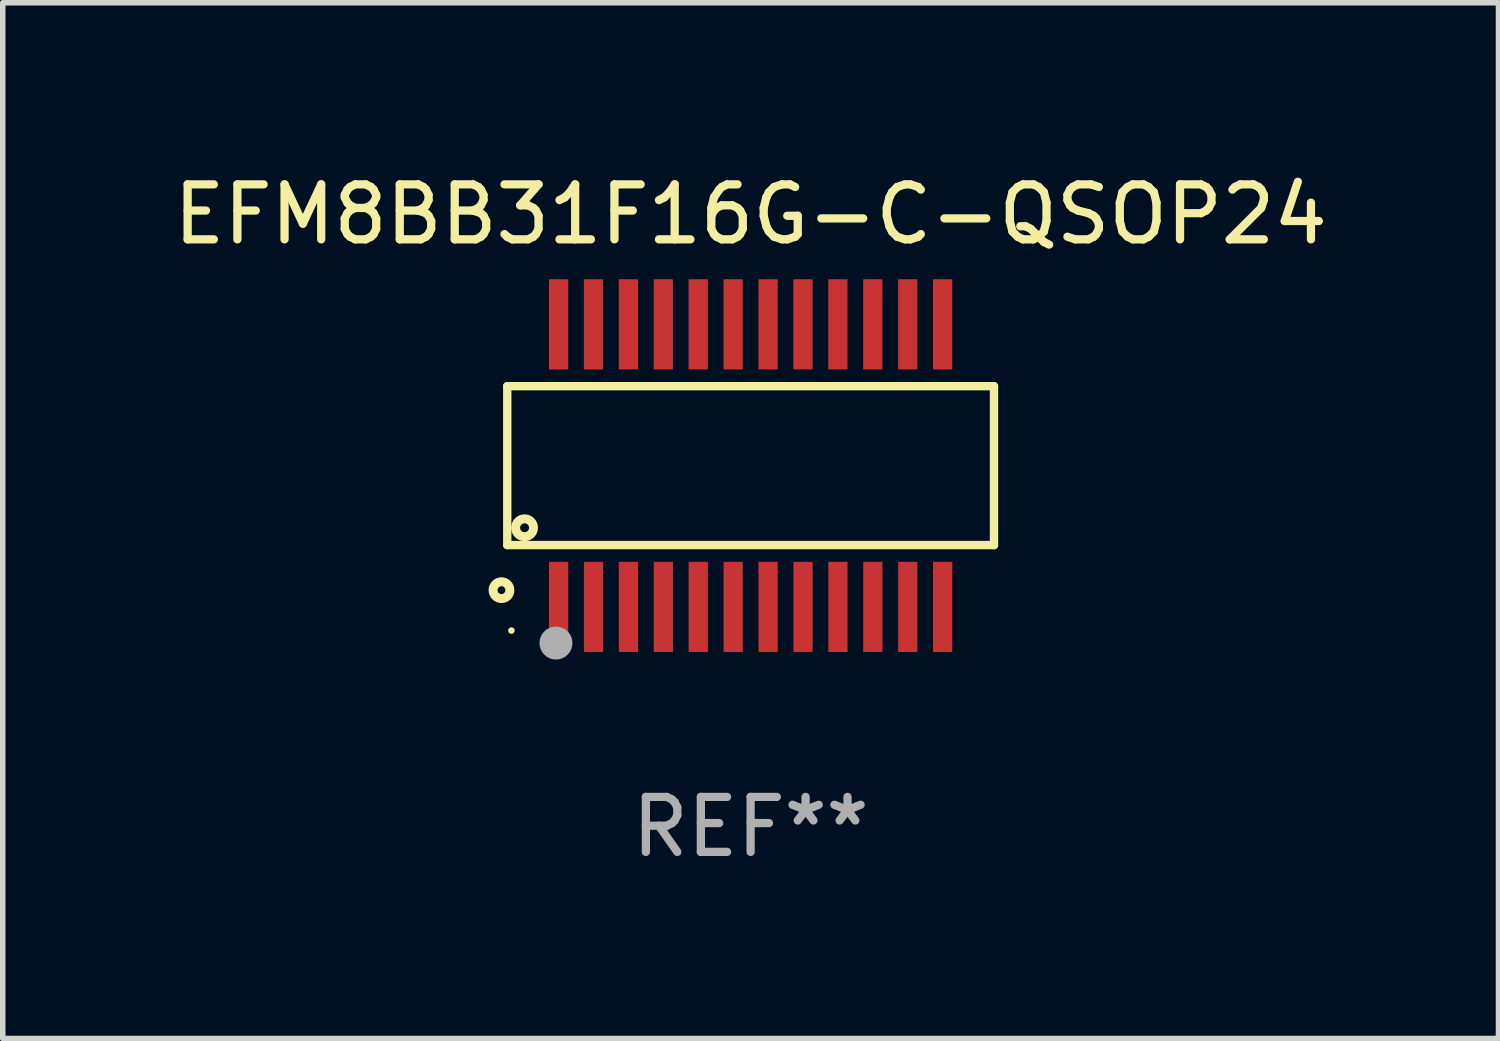
<source format=kicad_pcb>
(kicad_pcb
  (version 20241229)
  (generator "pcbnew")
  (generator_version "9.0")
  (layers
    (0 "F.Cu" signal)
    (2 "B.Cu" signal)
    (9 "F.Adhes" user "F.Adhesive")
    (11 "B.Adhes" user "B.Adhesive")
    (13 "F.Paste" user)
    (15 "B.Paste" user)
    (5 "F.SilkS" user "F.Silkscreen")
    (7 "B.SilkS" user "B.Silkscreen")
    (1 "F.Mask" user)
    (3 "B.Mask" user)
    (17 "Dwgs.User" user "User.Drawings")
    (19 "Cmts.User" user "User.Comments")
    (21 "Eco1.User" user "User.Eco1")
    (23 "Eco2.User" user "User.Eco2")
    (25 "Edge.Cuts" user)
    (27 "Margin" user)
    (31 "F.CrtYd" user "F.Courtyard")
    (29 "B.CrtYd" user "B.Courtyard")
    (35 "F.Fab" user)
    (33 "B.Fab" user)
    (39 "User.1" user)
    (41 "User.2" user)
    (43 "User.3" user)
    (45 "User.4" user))
  (footprint "EFM8BB31F16G-C-QSOP24"
    (layer "F.Cu")
    (at 10.601 5.418)
    (property "Reference" "EFM8BB31F16G-C-QSOP24" (at 0 -4.57 0) (layer "F.SilkS") (effects (font (size 1 1) (thickness 0.15))))
    (attr through_hole)
    (fp_line (start -4.426 -1.445) (end 4.426 -1.445) (stroke (width 0.152) (type solid)) (layer "F.SilkS"))
    (fp_line (start -4.426 1.445) (end -4.426 -1.445) (stroke (width 0.152) (type solid)) (layer "F.SilkS"))
    (fp_line (start 4.426 -1.445) (end 4.426 1.445) (stroke (width 0.152) (type solid)) (layer "F.SilkS"))
    (fp_line (start 4.426 1.445) (end -4.426 1.445) (stroke (width 0.152) (type solid)) (layer "F.SilkS"))
    (fp_circle (center -4.531 2.265) (end -4.378 2.265) (stroke (width 0.163) (type solid)) (fill no) (layer "F.SilkS"))
    (fp_circle (center -4.35 3) (end -4.32 3) (stroke (width 0.06) (type solid)) (fill no) (layer "F.SilkS"))
    (fp_circle (center -4.111 1.13) (end -4.03 1.13) (stroke (width 0.163) (type solid)) (fill no) (layer "F.SilkS"))
    (fp_circle (center -3.54 3.227) (end -3.39 3.227) (stroke (width 0.3) (type solid)) (fill no) (layer "F.Fab"))
    (fp_text user "REF**" (at 0 6.57 0) (layer "F.Fab") (effects (font (size 1 1) (thickness 0.15))))
    (pad "1" smd rect (at -3.492 2.57) (size 0.35 1.64) (layers "F.Cu" "F.Mask" "F.Paste"))
    (pad "2" smd rect (at -2.857 2.57) (size 0.35 1.64) (layers "F.Cu" "F.Mask" "F.Paste"))
    (pad "3" smd rect (at -2.222 2.57) (size 0.35 1.64) (layers "F.Cu" "F.Mask" "F.Paste"))
    (pad "4" smd rect (at -1.587 2.57) (size 0.35 1.64) (layers "F.Cu" "F.Mask" "F.Paste"))
    (pad "5" smd rect (at -0.952 2.57) (size 0.35 1.64) (layers "F.Cu" "F.Mask" "F.Paste"))
    (pad "6" smd rect (at -0.317 2.57) (size 0.35 1.64) (layers "F.Cu" "F.Mask" "F.Paste"))
    (pad "7" smd rect (at 0.318 2.57) (size 0.35 1.64) (layers "F.Cu" "F.Mask" "F.Paste"))
    (pad "8" smd rect (at 0.953 2.57) (size 0.35 1.64) (layers "F.Cu" "F.Mask" "F.Paste"))
    (pad "9" smd rect (at 1.588 2.57) (size 0.35 1.64) (layers "F.Cu" "F.Mask" "F.Paste"))
    (pad "10" smd rect (at 2.223 2.57) (size 0.35 1.64) (layers "F.Cu" "F.Mask" "F.Paste"))
    (pad "11" smd rect (at 2.858 2.57) (size 0.35 1.64) (layers "F.Cu" "F.Mask" "F.Paste"))
    (pad "12" smd rect (at 3.493 2.57) (size 0.35 1.64) (layers "F.Cu" "F.Mask" "F.Paste"))
    (pad "13" smd rect (at 3.492 -2.57) (size 0.35 1.64) (layers "F.Cu" "F.Mask" "F.Paste"))
    (pad "14" smd rect (at 2.857 -2.57) (size 0.35 1.64) (layers "F.Cu" "F.Mask" "F.Paste"))
    (pad "15" smd rect (at 2.222 -2.57) (size 0.35 1.64) (layers "F.Cu" "F.Mask" "F.Paste"))
    (pad "16" smd rect (at 1.587 -2.57) (size 0.35 1.64) (layers "F.Cu" "F.Mask" "F.Paste"))
    (pad "17" smd rect (at 0.952 -2.57) (size 0.35 1.64) (layers "F.Cu" "F.Mask" "F.Paste"))
    (pad "18" smd rect (at 0.317 -2.57) (size 0.35 1.64) (layers "F.Cu" "F.Mask" "F.Paste"))
    (pad "19" smd rect (at -0.318 -2.57) (size 0.35 1.64) (layers "F.Cu" "F.Mask" "F.Paste"))
    (pad "20" smd rect (at -0.953 -2.57) (size 0.35 1.64) (layers "F.Cu" "F.Mask" "F.Paste"))
    (pad "21" smd rect (at -1.588 -2.57) (size 0.35 1.64) (layers "F.Cu" "F.Mask" "F.Paste"))
    (pad "22" smd rect (at -2.223 -2.57) (size 0.35 1.64) (layers "F.Cu" "F.Mask" "F.Paste"))
    (pad "23" smd rect (at -2.858 -2.57) (size 0.35 1.64) (layers "F.Cu" "F.Mask" "F.Paste"))
    (pad "24" smd rect (at -3.492 -2.57) (size 0.35 1.64) (layers "F.Cu" "F.Mask" "F.Paste")))
  (gr_rect
    (start -3 -3)
    (end 24.202 15.836)
    (stroke (width 0.1) (type default))
    (fill no)
    (layer "Edge.Cuts")))
</source>
